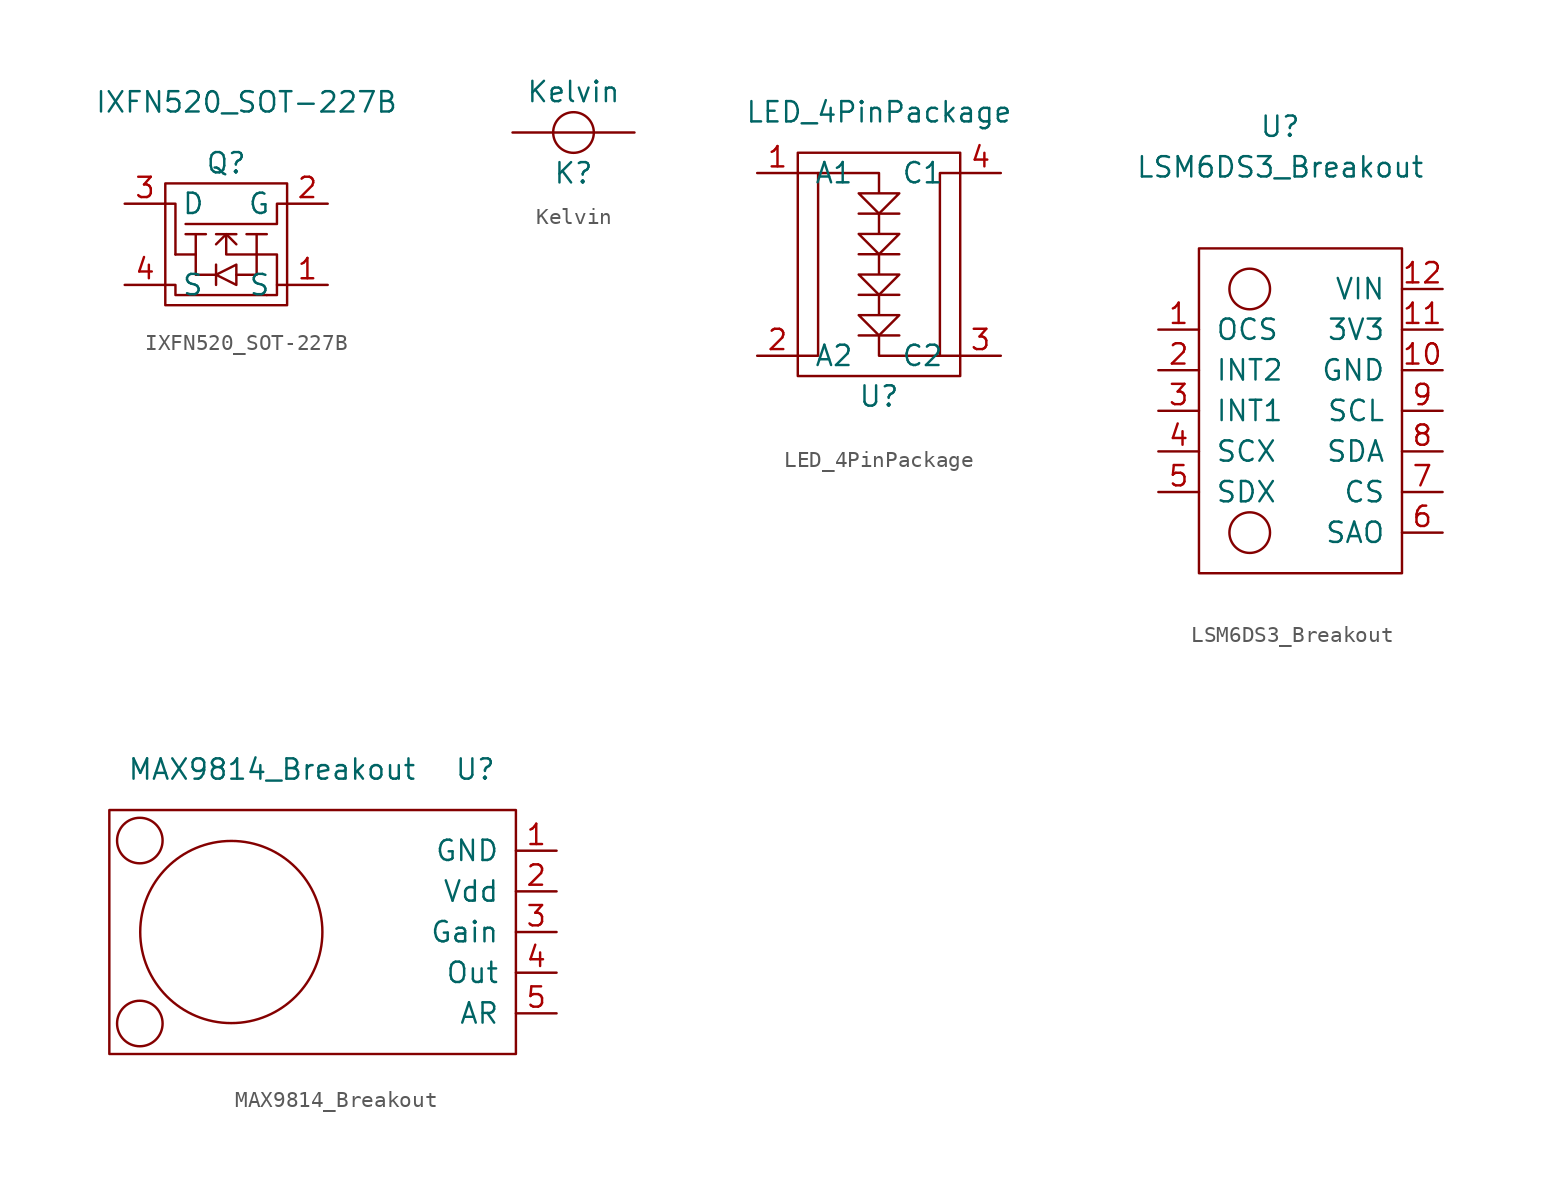
<source format=kicad_sym>
(kicad_symbol_lib
  (version 20211014)
  (generator kicad_symbol_editor)
  (symbol "IXFN520_SOT-227B"
    (pin_names
      (offset 1.016))
    (property "Reference" "Q"
      (at 0 5.08 0)
      (effects (font (size 1.27 1.27))))
    (property "Value" "IXFN520_SOT-227B"
      (at 1.27 8.89 0)
      (effects (font (size 1.27 1.27))))
    (symbol "IXFN520_SOT-227B_0_1"
      (rectangle (start -3.81 3.81) (end 3.81 -3.81) (stroke (width 0) (type default) (color 0 0 0 0)) (fill (type none)))
      (polyline (pts (xy -2.54 0.635) (xy -1.27 0.635)) (stroke (width 0) (type default) (color 0 0 0 0)) (fill (type none)))
      (polyline (pts (xy -1.905 -0.635) (xy -3.175 -0.635)) (stroke (width 0) (type default) (color 0 0 0 0)) (fill (type none)))
      (polyline (pts (xy -1.905 0.635) (xy -1.905 -0.635)) (stroke (width 0) (type default) (color 0 0 0 0)) (fill (type none)))
      (polyline (pts (xy -0.635 -2.54) (xy -0.635 -1.905)) (stroke (width 0) (type default) (color 0 0 0 0)) (fill (type none)))
      (polyline (pts (xy -0.635 0) (xy 0 0.635)) (stroke (width 0) (type default) (color 0 0 0 0)) (fill (type none)))
      (polyline (pts (xy -0.635 0.635) (xy 0.635 0.635)) (stroke (width 0) (type default) (color 0 0 0 0)) (fill (type none)))
      (polyline (pts (xy 0 0.635) (xy 0.635 0)) (stroke (width 0) (type default) (color 0 0 0 0)) (fill (type none)))
      (polyline (pts (xy 1.27 0.635) (xy 2.54 0.635)) (stroke (width 0) (type default) (color 0 0 0 0)) (fill (type none)))
      (polyline (pts (xy -3.81 2.54) (xy -3.175 2.54) (xy -3.175 -0.635)) (stroke (width 0) (type default) (color 0 0 0 0)) (fill (type none)))
      (polyline (pts (xy 0.635 -1.905) (xy 1.905 -1.905) (xy 1.905 -0.635)) (stroke (width 0) (type default) (color 0 0 0 0)) (fill (type none)))
      (polyline (pts (xy 1.905 -0.635) (xy 3.175 -0.635) (xy 3.175 -2.54)) (stroke (width 0) (type default) (color 0 0 0 0)) (fill (type none)))
      (polyline (pts (xy -3.81 -2.54) (xy -3.175 -2.54) (xy -3.175 -3.175) (xy 2.54 -3.175)) (stroke (width 0) (type default) (color 0 0 0 0)) (fill (type none)))
      (polyline (pts (xy -2.54 1.27) (xy 3.175 1.27) (xy 3.175 2.54) (xy 3.81 2.54)) (stroke (width 0) (type default) (color 0 0 0 0)) (fill (type none)))
      (polyline (pts (xy 0 0.635) (xy 0 -0.635) (xy 1.905 -0.635) (xy 1.905 0.635)) (stroke (width 0) (type default) (color 0 0 0 0)) (fill (type none)))
      (polyline (pts (xy 3.81 -2.54) (xy 3.175 -2.54) (xy 3.175 -3.175) (xy 2.54 -3.175)) (stroke (width 0) (type default) (color 0 0 0 0)) (fill (type none)))
      (polyline (pts (xy -1.905 -0.635) (xy -1.905 -1.905) (xy -0.635 -1.905) (xy 0.635 -1.27) (xy 0.635 -2.54) (xy -0.635 -1.905) (xy -0.635 -1.27)) (stroke (width 0) (type default) (color 0 0 0 0)) (fill (type none))))
    (symbol "IXFN520_SOT-227B_1_1"
      (pin bidirectional line (at 6.35 -2.54 180) (length 2.54) (name "S" (effects (font (size 1.27 1.27)))) (number "1" (effects (font (size 1.27 1.27)))))
      (pin input line (at 6.35 2.54 180) (length 2.54) (name "G" (effects (font (size 1.27 1.27)))) (number "2" (effects (font (size 1.27 1.27)))))
      (pin bidirectional line (at -6.35 2.54 0) (length 2.54) (name "D" (effects (font (size 1.27 1.27)))) (number "3" (effects (font (size 1.27 1.27)))))
      (pin bidirectional line (at -6.35 -2.54 0) (length 2.54) (name "S" (effects (font (size 1.27 1.27)))) (number "4" (effects (font (size 1.27 1.27)))))))
  (symbol "Kelvin"
    (pin_names
      (offset 1.016))
    (property "Reference" "K"
      (at 0 -2.54 0)
      (effects (font (size 1.27 1.27))))
    (property "Value" "Kelvin"
      (at 0 2.54 0)
      (effects (font (size 1.27 1.27))))
    (symbol "Kelvin_0_1"
      (polyline (pts (xy -1.27 0) (xy 1.27 0)) (stroke (width 0) (type default) (color 0 0 0 0)) (fill (type none)))
      (circle (center 0 0) (radius 1.27) (stroke (width 0) (type default) (color 0 0 0 0)) (fill (type none))))
    (symbol "Kelvin_1_1"
      (pin bidirectional line (at -3.81 0 0) (length 2.54) (name "~" (effects (font (size 1.27 1.27)))) (number "~" (effects (font (size 1.27 1.27)))))
      (pin bidirectional line (at 3.81 0 180) (length 2.54) (name "~" (effects (font (size 1.27 1.27)))) (number "~" (effects (font (size 1.27 1.27)))))))
  (symbol "LED_4PinPackage"
    (pin_names
      (offset 1.016))
    (property "Reference" "U"
      (at 0 -6.35 0)
      (effects (font (size 1.27 1.27))))
    (property "Value" "LED_4PinPackage"
      (at 0 11.43 0)
      (effects (font (size 1.27 1.27))))
    (symbol "LED_4PinPackage_0_1"
      (rectangle (start -5.08 -5.08) (end 5.08 8.89) (stroke (width 0) (type default) (color 0 0 0 0)) (fill (type none)))
      (polyline (pts (xy -1.27 -2.54) (xy 1.27 -2.54)) (stroke (width 0) (type default) (color 0 0 0 0)) (fill (type none)))
      (polyline (pts (xy -1.27 0) (xy 1.27 0)) (stroke (width 0) (type default) (color 0 0 0 0)) (fill (type none)))
      (polyline (pts (xy -1.27 2.54) (xy 1.27 2.54)) (stroke (width 0) (type default) (color 0 0 0 0)) (fill (type none)))
      (polyline (pts (xy -1.27 5.08) (xy 1.27 5.08)) (stroke (width 0) (type default) (color 0 0 0 0)) (fill (type none)))
      (polyline (pts (xy -5.08 -3.81) (xy -3.81 -3.81) (xy -3.81 7.62)) (stroke (width 0) (type default) (color 0 0 0 0)) (fill (type none)))
      (polyline (pts (xy 0 -2.54) (xy 0 -3.81) (xy 5.08 -3.81)) (stroke (width 0) (type default) (color 0 0 0 0)) (fill (type none)))
      (polyline (pts (xy 3.81 -3.81) (xy 3.81 7.62) (xy 5.08 7.62)) (stroke (width 0) (type default) (color 0 0 0 0)) (fill (type none)))
      (polyline (pts (xy 0 0) (xy 0 -1.27) (xy -1.27 -1.27) (xy 0 -2.54) (xy 1.27 -1.27) (xy 0 -1.27)) (stroke (width 0) (type default) (color 0 0 0 0)) (fill (type none)))
      (polyline (pts (xy 0 2.54) (xy 0 1.27) (xy -1.27 1.27) (xy 0 0) (xy 1.27 1.27) (xy 0 1.27)) (stroke (width 0) (type default) (color 0 0 0 0)) (fill (type none)))
      (polyline (pts (xy 0 5.08) (xy 0 3.81) (xy -1.27 3.81) (xy 0 2.54) (xy 1.27 3.81) (xy 0 3.81)) (stroke (width 0) (type default) (color 0 0 0 0)) (fill (type none)))
      (polyline (pts (xy -5.08 7.62) (xy 0 7.62) (xy 0 6.35) (xy -1.27 6.35) (xy 0 5.08) (xy 1.27 6.35) (xy 0 6.35)) (stroke (width 0) (type default) (color 0 0 0 0)) (fill (type none))))
    (symbol "LED_4PinPackage_1_1"
      (pin input line (at -7.62 7.62 0) (length 2.54) (name "A1" (effects (font (size 1.27 1.27)))) (number "1" (effects (font (size 1.27 1.27)))))
      (pin input line (at -7.62 -3.81 0) (length 2.54) (name "A2" (effects (font (size 1.27 1.27)))) (number "2" (effects (font (size 1.27 1.27)))))
      (pin input line (at 7.62 -3.81 180) (length 2.54) (name "C2" (effects (font (size 1.27 1.27)))) (number "3" (effects (font (size 1.27 1.27)))))
      (pin input line (at 7.62 7.62 180) (length 2.54) (name "C1" (effects (font (size 1.27 1.27)))) (number "4" (effects (font (size 1.27 1.27)))))))
  (symbol "LSM6DS3_Breakout"
    (pin_names
      (offset 1.016))
    (property "Reference" "U"
      (at 2.54 22.86 0)
      (effects (font (size 1.27 1.27))))
    (property "Value" "LSM6DS3_Breakout"
      (at 2.54 20.32 0)
      (effects (font (size 1.27 1.27))))
    (symbol "LSM6DS3_Breakout_0_1"
      (rectangle (start -2.54 15.24) (end 10.16 -5.08) (stroke (width 0) (type default) (color 0 0 0 0)) (fill (type none)))
      (circle (center 0.635 -2.54) (radius 1.27) (stroke (width 0) (type default) (color 0 0 0 0)) (fill (type none)))
      (circle (center 0.635 12.7) (radius 1.27) (stroke (width 0) (type default) (color 0 0 0 0)) (fill (type none))))
    (symbol "LSM6DS3_Breakout_1_1"
      (pin input line (at -5.08 10.16 0) (length 2.54) (name "OCS" (effects (font (size 1.27 1.27)))) (number "1" (effects (font (size 1.27 1.27)))))
      (pin input line (at 12.7 7.62 180) (length 2.54) (name "GND" (effects (font (size 1.27 1.27)))) (number "10" (effects (font (size 1.27 1.27)))))
      (pin input line (at 12.7 10.16 180) (length 2.54) (name "3V3" (effects (font (size 1.27 1.27)))) (number "11" (effects (font (size 1.27 1.27)))))
      (pin input line (at 12.7 12.7 180) (length 2.54) (name "VIN" (effects (font (size 1.27 1.27)))) (number "12" (effects (font (size 1.27 1.27)))))
      (pin input line (at -5.08 7.62 0) (length 2.54) (name "INT2" (effects (font (size 1.27 1.27)))) (number "2" (effects (font (size 1.27 1.27)))))
      (pin input line (at -5.08 5.08 0) (length 2.54) (name "INT1" (effects (font (size 1.27 1.27)))) (number "3" (effects (font (size 1.27 1.27)))))
      (pin input line (at -5.08 2.54 0) (length 2.54) (name "SCX" (effects (font (size 1.27 1.27)))) (number "4" (effects (font (size 1.27 1.27)))))
      (pin input line (at -5.08 0 0) (length 2.54) (name "SDX" (effects (font (size 1.27 1.27)))) (number "5" (effects (font (size 1.27 1.27)))))
      (pin input line (at 12.7 -2.54 180) (length 2.54) (name "SAO" (effects (font (size 1.27 1.27)))) (number "6" (effects (font (size 1.27 1.27)))))
      (pin input line (at 12.7 0 180) (length 2.54) (name "CS" (effects (font (size 1.27 1.27)))) (number "7" (effects (font (size 1.27 1.27)))))
      (pin input line (at 12.7 2.54 180) (length 2.54) (name "SDA" (effects (font (size 1.27 1.27)))) (number "8" (effects (font (size 1.27 1.27)))))
      (pin input line (at 12.7 5.08 180) (length 2.54) (name "SCL" (effects (font (size 1.27 1.27)))) (number "9" (effects (font (size 1.27 1.27)))))))
  (symbol "MAX9814_Breakout"
    (pin_names
      (offset 1.016))
    (property "Reference" "U"
      (at 10.16 10.16 0)
      (effects (font (size 1.27 1.27))))
    (property "Value" "MAX9814_Breakout"
      (at -2.54 10.16 0)
      (effects (font (size 1.27 1.27))))
    (symbol "MAX9814_Breakout_0_1"
      (circle (center -10.795 -5.715) (radius 1.422) (stroke (width 0) (type default) (color 0 0 0 0)) (fill (type none)))
      (circle (center -5.08 0) (radius 5.69) (stroke (width 0) (type default) (color 0 0 0 0)) (fill (type none)))
      (rectangle (start 12.7 7.62) (end -12.7 -7.62) (stroke (width 0) (type default) (color 0 0 0 0)) (fill (type none))))
    (symbol "MAX9814_Breakout_1_1"
      (circle (center -10.795 5.715) (radius 1.422) (stroke (width 0) (type default) (color 0 0 0 0)) (fill (type none)))
      (pin input line (at 15.24 5.08 180) (length 2.54) (name "GND" (effects (font (size 1.27 1.27)))) (number "1" (effects (font (size 1.27 1.27)))))
      (pin input line (at 15.24 2.54 180) (length 2.54) (name "Vdd" (effects (font (size 1.27 1.27)))) (number "2" (effects (font (size 1.27 1.27)))))
      (pin input line (at 15.24 0 180) (length 2.54) (name "Gain" (effects (font (size 1.27 1.27)))) (number "3" (effects (font (size 1.27 1.27)))))
      (pin input line (at 15.24 -2.54 180) (length 2.54) (name "Out" (effects (font (size 1.27 1.27)))) (number "4" (effects (font (size 1.27 1.27)))))
      (pin input line (at 15.24 -5.08 180) (length 2.54) (name "AR" (effects (font (size 1.27 1.27)))) (number "5" (effects (font (size 1.27 1.27))))))))
</source>
